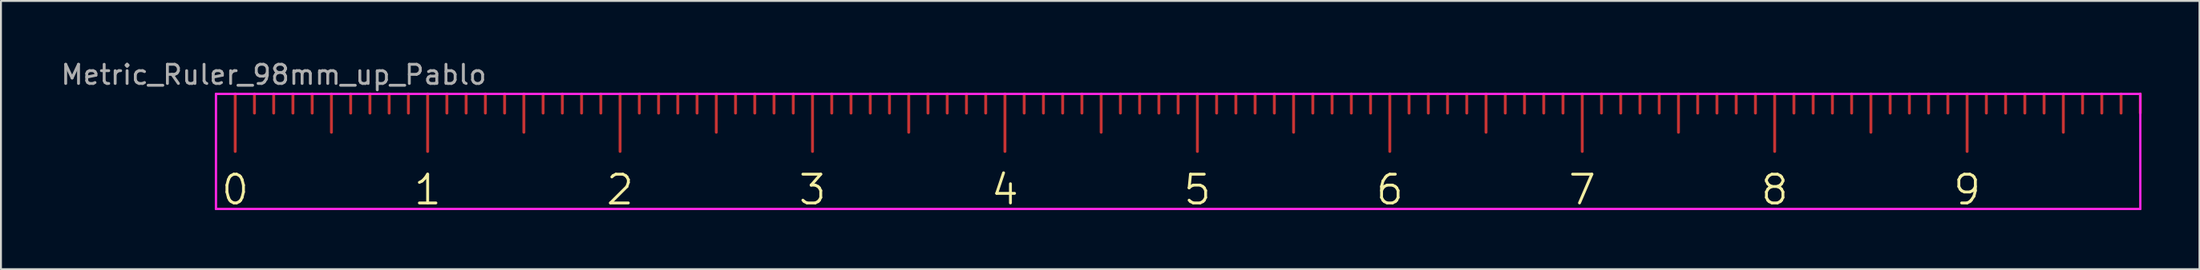
<source format=kicad_pcb>
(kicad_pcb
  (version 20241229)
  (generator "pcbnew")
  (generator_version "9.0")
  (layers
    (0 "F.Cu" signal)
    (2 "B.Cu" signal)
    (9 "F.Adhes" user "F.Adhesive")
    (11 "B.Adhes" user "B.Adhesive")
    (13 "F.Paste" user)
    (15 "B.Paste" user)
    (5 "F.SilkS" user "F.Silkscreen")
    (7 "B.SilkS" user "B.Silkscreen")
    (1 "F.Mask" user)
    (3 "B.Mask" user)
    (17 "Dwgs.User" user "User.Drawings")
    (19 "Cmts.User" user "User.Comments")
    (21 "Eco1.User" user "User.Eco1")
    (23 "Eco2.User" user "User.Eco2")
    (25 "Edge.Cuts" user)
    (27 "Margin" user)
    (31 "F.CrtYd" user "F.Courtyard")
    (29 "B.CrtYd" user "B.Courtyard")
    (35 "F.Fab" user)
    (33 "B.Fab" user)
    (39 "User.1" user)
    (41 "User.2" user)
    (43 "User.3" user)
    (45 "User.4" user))
  (footprint "Metric_Ruler_98mm_up_Pablo"
    (layer "F.Cu")
    (at 9.173 1.848)
    (property "Reference" "Metric_Ruler_98mm_up_Pablo" (at 2 -1 180) (layer "F.Fab") (effects (font (size 1 1) (thickness 0.15))))
    (attr through_hole)
    (fp_line (start 0 0) (end 0 3) (stroke (width 0.15) (type solid)) (layer "F.Cu"))
    (fp_line (start 1 0) (end 1 1) (stroke (width 0.15) (type solid)) (layer "F.Cu"))
    (fp_line (start 2 0) (end 2 1) (stroke (width 0.15) (type solid)) (layer "F.Cu"))
    (fp_line (start 3 0) (end 3 1) (stroke (width 0.15) (type solid)) (layer "F.Cu"))
    (fp_line (start 4 0) (end 4 1) (stroke (width 0.15) (type solid)) (layer "F.Cu"))
    (fp_line (start 5 0) (end 5 2) (stroke (width 0.15) (type solid)) (layer "F.Cu"))
    (fp_line (start 6 0) (end 6 1) (stroke (width 0.15) (type solid)) (layer "F.Cu"))
    (fp_line (start 7 0) (end 7 1) (stroke (width 0.15) (type solid)) (layer "F.Cu"))
    (fp_line (start 8 0) (end 8 1) (stroke (width 0.15) (type solid)) (layer "F.Cu"))
    (fp_line (start 9 0) (end 9 1) (stroke (width 0.15) (type solid)) (layer "F.Cu"))
    (fp_line (start 10 0) (end 10 3) (stroke (width 0.15) (type solid)) (layer "F.Cu"))
    (fp_line (start 11 0) (end 11 1) (stroke (width 0.15) (type solid)) (layer "F.Cu"))
    (fp_line (start 12 0) (end 12 1) (stroke (width 0.15) (type solid)) (layer "F.Cu"))
    (fp_line (start 13 0) (end 13 1) (stroke (width 0.15) (type solid)) (layer "F.Cu"))
    (fp_line (start 14 0) (end 14 1) (stroke (width 0.15) (type solid)) (layer "F.Cu"))
    (fp_line (start 15 0) (end 15 2) (stroke (width 0.15) (type solid)) (layer "F.Cu"))
    (fp_line (start 16 0) (end 16 1) (stroke (width 0.15) (type solid)) (layer "F.Cu"))
    (fp_line (start 17 0) (end 17 1) (stroke (width 0.15) (type solid)) (layer "F.Cu"))
    (fp_line (start 18 0) (end 18 1) (stroke (width 0.15) (type solid)) (layer "F.Cu"))
    (fp_line (start 19 0) (end 19 1) (stroke (width 0.15) (type solid)) (layer "F.Cu"))
    (fp_line (start 20 0) (end 20 3) (stroke (width 0.15) (type solid)) (layer "F.Cu"))
    (fp_line (start 21 0) (end 21 1) (stroke (width 0.15) (type solid)) (layer "F.Cu"))
    (fp_line (start 22 0) (end 22 1) (stroke (width 0.15) (type solid)) (layer "F.Cu"))
    (fp_line (start 23 0) (end 23 1) (stroke (width 0.15) (type solid)) (layer "F.Cu"))
    (fp_line (start 24 0) (end 24 1) (stroke (width 0.15) (type solid)) (layer "F.Cu"))
    (fp_line (start 25 0) (end 25 2) (stroke (width 0.15) (type solid)) (layer "F.Cu"))
    (fp_line (start 26 0) (end 26 1) (stroke (width 0.15) (type solid)) (layer "F.Cu"))
    (fp_line (start 27 0) (end 27 1) (stroke (width 0.15) (type solid)) (layer "F.Cu"))
    (fp_line (start 28 0) (end 28 1) (stroke (width 0.15) (type solid)) (layer "F.Cu"))
    (fp_line (start 29 0) (end 29 1) (stroke (width 0.15) (type solid)) (layer "F.Cu"))
    (fp_line (start 30 0) (end 30 3) (stroke (width 0.15) (type solid)) (layer "F.Cu"))
    (fp_line (start 31 0) (end 31 1) (stroke (width 0.15) (type solid)) (layer "F.Cu"))
    (fp_line (start 32 0) (end 32 1) (stroke (width 0.15) (type solid)) (layer "F.Cu"))
    (fp_line (start 33 0) (end 33 1) (stroke (width 0.15) (type solid)) (layer "F.Cu"))
    (fp_line (start 34 0) (end 34 1) (stroke (width 0.15) (type solid)) (layer "F.Cu"))
    (fp_line (start 35 0) (end 35 2) (stroke (width 0.15) (type solid)) (layer "F.Cu"))
    (fp_line (start 36 0) (end 36 1) (stroke (width 0.15) (type solid)) (layer "F.Cu"))
    (fp_line (start 37 0) (end 37 1) (stroke (width 0.15) (type solid)) (layer "F.Cu"))
    (fp_line (start 38 0) (end 38 1) (stroke (width 0.15) (type solid)) (layer "F.Cu"))
    (fp_line (start 39 0) (end 39 1) (stroke (width 0.15) (type solid)) (layer "F.Cu"))
    (fp_line (start 40 0) (end 40 3) (stroke (width 0.15) (type solid)) (layer "F.Cu"))
    (fp_line (start 41 0) (end 41 1) (stroke (width 0.15) (type solid)) (layer "F.Cu"))
    (fp_line (start 42 0) (end 42 1) (stroke (width 0.15) (type solid)) (layer "F.Cu"))
    (fp_line (start 43 0) (end 43 1) (stroke (width 0.15) (type solid)) (layer "F.Cu"))
    (fp_line (start 44 0) (end 44 1) (stroke (width 0.15) (type solid)) (layer "F.Cu"))
    (fp_line (start 45 0) (end 45 2) (stroke (width 0.15) (type solid)) (layer "F.Cu"))
    (fp_line (start 46 0) (end 46 1) (stroke (width 0.15) (type solid)) (layer "F.Cu"))
    (fp_line (start 47 0) (end 47 1) (stroke (width 0.15) (type solid)) (layer "F.Cu"))
    (fp_line (start 48 0) (end 48 1) (stroke (width 0.15) (type solid)) (layer "F.Cu"))
    (fp_line (start 49 0) (end 49 1) (stroke (width 0.15) (type solid)) (layer "F.Cu"))
    (fp_line (start 50 0) (end 50 3) (stroke (width 0.15) (type solid)) (layer "F.Cu"))
    (fp_line (start 51 0) (end 51 1) (stroke (width 0.15) (type solid)) (layer "F.Cu"))
    (fp_line (start 52 0) (end 52 1) (stroke (width 0.15) (type solid)) (layer "F.Cu"))
    (fp_line (start 53 0) (end 53 1) (stroke (width 0.15) (type solid)) (layer "F.Cu"))
    (fp_line (start 54 0) (end 54 1) (stroke (width 0.15) (type solid)) (layer "F.Cu"))
    (fp_line (start 55 0) (end 55 2) (stroke (width 0.15) (type solid)) (layer "F.Cu"))
    (fp_line (start 56 0) (end 56 1) (stroke (width 0.15) (type solid)) (layer "F.Cu"))
    (fp_line (start 57 0) (end 57 1) (stroke (width 0.15) (type solid)) (layer "F.Cu"))
    (fp_line (start 58 0) (end 58 1) (stroke (width 0.15) (type solid)) (layer "F.Cu"))
    (fp_line (start 59 0) (end 59 1) (stroke (width 0.15) (type solid)) (layer "F.Cu"))
    (fp_line (start 60 0) (end 60 3) (stroke (width 0.15) (type solid)) (layer "F.Cu"))
    (fp_line (start 61 0) (end 61 1) (stroke (width 0.15) (type solid)) (layer "F.Cu"))
    (fp_line (start 62 0) (end 62 1) (stroke (width 0.15) (type solid)) (layer "F.Cu"))
    (fp_line (start 63 0) (end 63 1) (stroke (width 0.15) (type solid)) (layer "F.Cu"))
    (fp_line (start 64 0) (end 64 1) (stroke (width 0.15) (type solid)) (layer "F.Cu"))
    (fp_line (start 65 0) (end 65 2) (stroke (width 0.15) (type solid)) (layer "F.Cu"))
    (fp_line (start 66 0) (end 66 1) (stroke (width 0.15) (type solid)) (layer "F.Cu"))
    (fp_line (start 67 0) (end 67 1) (stroke (width 0.15) (type solid)) (layer "F.Cu"))
    (fp_line (start 68 0) (end 68 1) (stroke (width 0.15) (type solid)) (layer "F.Cu"))
    (fp_line (start 69 0) (end 69 1) (stroke (width 0.15) (type solid)) (layer "F.Cu"))
    (fp_line (start 70 0) (end 70 3) (stroke (width 0.15) (type solid)) (layer "F.Cu"))
    (fp_line (start 71 0) (end 71 1) (stroke (width 0.15) (type solid)) (layer "F.Cu"))
    (fp_line (start 72 0) (end 72 1) (stroke (width 0.15) (type solid)) (layer "F.Cu"))
    (fp_line (start 73 0) (end 73 1) (stroke (width 0.15) (type solid)) (layer "F.Cu"))
    (fp_line (start 74 0) (end 74 1) (stroke (width 0.15) (type solid)) (layer "F.Cu"))
    (fp_line (start 75 0) (end 75 2) (stroke (width 0.15) (type solid)) (layer "F.Cu"))
    (fp_line (start 76 0) (end 76 1) (stroke (width 0.15) (type solid)) (layer "F.Cu"))
    (fp_line (start 77 0) (end 77 1) (stroke (width 0.15) (type solid)) (layer "F.Cu"))
    (fp_line (start 78 0) (end 78 1) (stroke (width 0.15) (type solid)) (layer "F.Cu"))
    (fp_line (start 79 0) (end 79 1) (stroke (width 0.15) (type solid)) (layer "F.Cu"))
    (fp_line (start 80 0) (end 80 3) (stroke (width 0.15) (type solid)) (layer "F.Cu"))
    (fp_line (start 81 0) (end 81 1) (stroke (width 0.15) (type solid)) (layer "F.Cu"))
    (fp_line (start 82 0) (end 82 1) (stroke (width 0.15) (type solid)) (layer "F.Cu"))
    (fp_line (start 83 0) (end 83 1) (stroke (width 0.15) (type solid)) (layer "F.Cu"))
    (fp_line (start 84 0) (end 84 1) (stroke (width 0.15) (type solid)) (layer "F.Cu"))
    (fp_line (start 85 0) (end 85 2) (stroke (width 0.15) (type solid)) (layer "F.Cu"))
    (fp_line (start 86 0) (end 86 1) (stroke (width 0.15) (type solid)) (layer "F.Cu"))
    (fp_line (start 87 0) (end 87 1) (stroke (width 0.15) (type solid)) (layer "F.Cu"))
    (fp_line (start 88 0) (end 88 1) (stroke (width 0.15) (type solid)) (layer "F.Cu"))
    (fp_line (start 89 0) (end 89 1) (stroke (width 0.15) (type solid)) (layer "F.Cu"))
    (fp_line (start 90 0) (end 90 3) (stroke (width 0.15) (type solid)) (layer "F.Cu"))
    (fp_line (start 91 0) (end 91 1) (stroke (width 0.15) (type solid)) (layer "F.Cu"))
    (fp_line (start 92 0) (end 92 1) (stroke (width 0.15) (type solid)) (layer "F.Cu"))
    (fp_line (start 93 0) (end 93 1) (stroke (width 0.15) (type solid)) (layer "F.Cu"))
    (fp_line (start 94 0) (end 94 1) (stroke (width 0.15) (type solid)) (layer "F.Cu"))
    (fp_line (start 95 0) (end 95 2) (stroke (width 0.15) (type solid)) (layer "F.Cu"))
    (fp_line (start 96 0) (end 96 1) (stroke (width 0.15) (type solid)) (layer "F.Cu"))
    (fp_line (start 97 0) (end 97 1) (stroke (width 0.15) (type solid)) (layer "F.Cu"))
    (fp_line (start 98 0) (end 98 1) (stroke (width 0.15) (type solid)) (layer "F.Cu"))
    (fp_line (start 99 0) (end 99 1) (stroke (width 0.15) (type solid)) (layer "F.Cu"))
    (fp_line (start 0 0) (end 0 3) (stroke (width 0.15) (type solid)) (layer "F.Mask"))
    (fp_line (start 1 0) (end 1 1) (stroke (width 0.15) (type solid)) (layer "F.Mask"))
    (fp_line (start 2 0) (end 2 1) (stroke (width 0.15) (type solid)) (layer "F.Mask"))
    (fp_line (start 3 0) (end 3 1) (stroke (width 0.15) (type solid)) (layer "F.Mask"))
    (fp_line (start 4 0) (end 4 1) (stroke (width 0.15) (type solid)) (layer "F.Mask"))
    (fp_line (start 5 0) (end 5 2) (stroke (width 0.15) (type solid)) (layer "F.Mask"))
    (fp_line (start 6 0) (end 6 1) (stroke (width 0.15) (type solid)) (layer "F.Mask"))
    (fp_line (start 7 0) (end 7 1) (stroke (width 0.15) (type solid)) (layer "F.Mask"))
    (fp_line (start 8 0) (end 8 1) (stroke (width 0.15) (type solid)) (layer "F.Mask"))
    (fp_line (start 9 0) (end 9 1) (stroke (width 0.15) (type solid)) (layer "F.Mask"))
    (fp_line (start 10 0) (end 10 3) (stroke (width 0.15) (type solid)) (layer "F.Mask"))
    (fp_line (start 11 0) (end 11 1) (stroke (width 0.15) (type solid)) (layer "F.Mask"))
    (fp_line (start 12 0) (end 12 1) (stroke (width 0.15) (type solid)) (layer "F.Mask"))
    (fp_line (start 13 0) (end 13 1) (stroke (width 0.15) (type solid)) (layer "F.Mask"))
    (fp_line (start 14 0) (end 14 1) (stroke (width 0.15) (type solid)) (layer "F.Mask"))
    (fp_line (start 15 0) (end 15 2) (stroke (width 0.15) (type solid)) (layer "F.Mask"))
    (fp_line (start 16 0) (end 16 1) (stroke (width 0.15) (type solid)) (layer "F.Mask"))
    (fp_line (start 17 0) (end 17 1) (stroke (width 0.15) (type solid)) (layer "F.Mask"))
    (fp_line (start 18 0) (end 18 1) (stroke (width 0.15) (type solid)) (layer "F.Mask"))
    (fp_line (start 19 0) (end 19 1) (stroke (width 0.15) (type solid)) (layer "F.Mask"))
    (fp_line (start 20 0) (end 20 3) (stroke (width 0.15) (type solid)) (layer "F.Mask"))
    (fp_line (start 21 0) (end 21 1) (stroke (width 0.15) (type solid)) (layer "F.Mask"))
    (fp_line (start 22 0) (end 22 1) (stroke (width 0.15) (type solid)) (layer "F.Mask"))
    (fp_line (start 23 0) (end 23 1) (stroke (width 0.15) (type solid)) (layer "F.Mask"))
    (fp_line (start 24 0) (end 24 1) (stroke (width 0.15) (type solid)) (layer "F.Mask"))
    (fp_line (start 25 0) (end 25 2) (stroke (width 0.15) (type solid)) (layer "F.Mask"))
    (fp_line (start 26 0) (end 26 1) (stroke (width 0.15) (type solid)) (layer "F.Mask"))
    (fp_line (start 27 0) (end 27 1) (stroke (width 0.15) (type solid)) (layer "F.Mask"))
    (fp_line (start 28 0) (end 28 1) (stroke (width 0.15) (type solid)) (layer "F.Mask"))
    (fp_line (start 29 0) (end 29 1) (stroke (width 0.15) (type solid)) (layer "F.Mask"))
    (fp_line (start 30 0) (end 30 3) (stroke (width 0.15) (type solid)) (layer "F.Mask"))
    (fp_line (start 31 0) (end 31 1) (stroke (width 0.15) (type solid)) (layer "F.Mask"))
    (fp_line (start 32 0) (end 32 1) (stroke (width 0.15) (type solid)) (layer "F.Mask"))
    (fp_line (start 33 0) (end 33 1) (stroke (width 0.15) (type solid)) (layer "F.Mask"))
    (fp_line (start 34 0) (end 34 1) (stroke (width 0.15) (type solid)) (layer "F.Mask"))
    (fp_line (start 35 0) (end 35 2) (stroke (width 0.15) (type solid)) (layer "F.Mask"))
    (fp_line (start 36 0) (end 36 1) (stroke (width 0.15) (type solid)) (layer "F.Mask"))
    (fp_line (start 37 0) (end 37 1) (stroke (width 0.15) (type solid)) (layer "F.Mask"))
    (fp_line (start 38 0) (end 38 1) (stroke (width 0.15) (type solid)) (layer "F.Mask"))
    (fp_line (start 39 0) (end 39 1) (stroke (width 0.15) (type solid)) (layer "F.Mask"))
    (fp_line (start 40 0) (end 40 3) (stroke (width 0.15) (type solid)) (layer "F.Mask"))
    (fp_line (start 41 0) (end 41 1) (stroke (width 0.15) (type solid)) (layer "F.Mask"))
    (fp_line (start 42 0) (end 42 1) (stroke (width 0.15) (type solid)) (layer "F.Mask"))
    (fp_line (start 43 0) (end 43 1) (stroke (width 0.15) (type solid)) (layer "F.Mask"))
    (fp_line (start 44 0) (end 44 1) (stroke (width 0.15) (type solid)) (layer "F.Mask"))
    (fp_line (start 45 0) (end 45 2) (stroke (width 0.15) (type solid)) (layer "F.Mask"))
    (fp_line (start 46 0) (end 46 1) (stroke (width 0.15) (type solid)) (layer "F.Mask"))
    (fp_line (start 47 0) (end 47 1) (stroke (width 0.15) (type solid)) (layer "F.Mask"))
    (fp_line (start 48 0) (end 48 1) (stroke (width 0.15) (type solid)) (layer "F.Mask"))
    (fp_line (start 49 0) (end 49 1) (stroke (width 0.15) (type solid)) (layer "F.Mask"))
    (fp_line (start 50 0) (end 50 3) (stroke (width 0.15) (type solid)) (layer "F.Mask"))
    (fp_line (start 51 0) (end 51 1) (stroke (width 0.15) (type solid)) (layer "F.Mask"))
    (fp_line (start 52 0) (end 52 1) (stroke (width 0.15) (type solid)) (layer "F.Mask"))
    (fp_line (start 53 0) (end 53 1) (stroke (width 0.15) (type solid)) (layer "F.Mask"))
    (fp_line (start 54 0) (end 54 1) (stroke (width 0.15) (type solid)) (layer "F.Mask"))
    (fp_line (start 55 0) (end 55 2) (stroke (width 0.15) (type solid)) (layer "F.Mask"))
    (fp_line (start 56 0) (end 56 1) (stroke (width 0.15) (type solid)) (layer "F.Mask"))
    (fp_line (start 57 0) (end 57 1) (stroke (width 0.15) (type solid)) (layer "F.Mask"))
    (fp_line (start 58 0) (end 58 1) (stroke (width 0.15) (type solid)) (layer "F.Mask"))
    (fp_line (start 59 0) (end 59 1) (stroke (width 0.15) (type solid)) (layer "F.Mask"))
    (fp_line (start 60 0) (end 60 3) (stroke (width 0.15) (type solid)) (layer "F.Mask"))
    (fp_line (start 61 0) (end 61 1) (stroke (width 0.15) (type solid)) (layer "F.Mask"))
    (fp_line (start 62 0) (end 62 1) (stroke (width 0.15) (type solid)) (layer "F.Mask"))
    (fp_line (start 63 0) (end 63 1) (stroke (width 0.15) (type solid)) (layer "F.Mask"))
    (fp_line (start 64 0) (end 64 1) (stroke (width 0.15) (type solid)) (layer "F.Mask"))
    (fp_line (start 65 0) (end 65 2) (stroke (width 0.15) (type solid)) (layer "F.Mask"))
    (fp_line (start 66 0) (end 66 1) (stroke (width 0.15) (type solid)) (layer "F.Mask"))
    (fp_line (start 67 0) (end 67 1) (stroke (width 0.15) (type solid)) (layer "F.Mask"))
    (fp_line (start 68 0) (end 68 1) (stroke (width 0.15) (type solid)) (layer "F.Mask"))
    (fp_line (start 69 0) (end 69 1) (stroke (width 0.15) (type solid)) (layer "F.Mask"))
    (fp_line (start 70 0) (end 70 3) (stroke (width 0.15) (type solid)) (layer "F.Mask"))
    (fp_line (start 71 0) (end 71 1) (stroke (width 0.15) (type solid)) (layer "F.Mask"))
    (fp_line (start 72 0) (end 72 1) (stroke (width 0.15) (type solid)) (layer "F.Mask"))
    (fp_line (start 73 0) (end 73 1) (stroke (width 0.15) (type solid)) (layer "F.Mask"))
    (fp_line (start 74 0) (end 74 1) (stroke (width 0.15) (type solid)) (layer "F.Mask"))
    (fp_line (start 75 0) (end 75 2) (stroke (width 0.15) (type solid)) (layer "F.Mask"))
    (fp_line (start 76 0) (end 76 1) (stroke (width 0.15) (type solid)) (layer "F.Mask"))
    (fp_line (start 77 0) (end 77 1) (stroke (width 0.15) (type solid)) (layer "F.Mask"))
    (fp_line (start 78 0) (end 78 1) (stroke (width 0.15) (type solid)) (layer "F.Mask"))
    (fp_line (start 79 0) (end 79 1) (stroke (width 0.15) (type solid)) (layer "F.Mask"))
    (fp_line (start 80 0) (end 80 3) (stroke (width 0.15) (type solid)) (layer "F.Mask"))
    (fp_line (start 81 0) (end 81 1) (stroke (width 0.15) (type solid)) (layer "F.Mask"))
    (fp_line (start 82 0) (end 82 1) (stroke (width 0.15) (type solid)) (layer "F.Mask"))
    (fp_line (start 83 0) (end 83 1) (stroke (width 0.15) (type solid)) (layer "F.Mask"))
    (fp_line (start 84 0) (end 84 1) (stroke (width 0.15) (type solid)) (layer "F.Mask"))
    (fp_line (start 85 0) (end 85 2) (stroke (width 0.15) (type solid)) (layer "F.Mask"))
    (fp_line (start 86 0) (end 86 1) (stroke (width 0.15) (type solid)) (layer "F.Mask"))
    (fp_line (start 87 0) (end 87 1) (stroke (width 0.15) (type solid)) (layer "F.Mask"))
    (fp_line (start 88 0) (end 88 1) (stroke (width 0.15) (type solid)) (layer "F.Mask"))
    (fp_line (start 89 0) (end 89 1) (stroke (width 0.15) (type solid)) (layer "F.Mask"))
    (fp_line (start 90 0) (end 90 3) (stroke (width 0.15) (type solid)) (layer "F.Mask"))
    (fp_line (start 90 3) (end 90 3) (stroke (width 0.15) (type solid)) (layer "F.Mask"))
    (fp_line (start 91 0) (end 91 1) (stroke (width 0.15) (type solid)) (layer "F.Mask"))
    (fp_line (start 92 0) (end 92 1) (stroke (width 0.15) (type solid)) (layer "F.Mask"))
    (fp_line (start 93 0) (end 93 1) (stroke (width 0.15) (type solid)) (layer "F.Mask"))
    (fp_line (start 94 0) (end 94 1) (stroke (width 0.15) (type solid)) (layer "F.Mask"))
    (fp_line (start 95 0) (end 95 2) (stroke (width 0.15) (type solid)) (layer "F.Mask"))
    (fp_line (start 96 0) (end 96 1) (stroke (width 0.15) (type solid)) (layer "F.Mask"))
    (fp_line (start 97 0) (end 97 1) (stroke (width 0.15) (type solid)) (layer "F.Mask"))
    (fp_line (start 98 0) (end 98 1) (stroke (width 0.15) (type solid)) (layer "F.Mask"))
    (fp_line (start -1 0) (end 99 0) (stroke (width 0.12) (type solid)) (layer "F.CrtYd"))
    (fp_line (start -1 6) (end -1 0) (stroke (width 0.12) (type solid)) (layer "F.CrtYd"))
    (fp_line (start 99 0) (end 99 6) (stroke (width 0.12) (type solid)) (layer "F.CrtYd"))
    (fp_line (start 99 6) (end -1 6) (stroke (width 0.12) (type solid)) (layer "F.CrtYd"))
    (fp_text user "4" (at 40 5 0) (layer "F.SilkS") (effects (font (size 1.5 1.5) (thickness 0.15))))
    (fp_text user "5" (at 50 5 0) (layer "F.SilkS") (effects (font (size 1.5 1.5) (thickness 0.15))))
    (fp_text user "7" (at 70 5 0) (layer "F.SilkS") (effects (font (size 1.5 1.5) (thickness 0.15))))
    (fp_text user "6" (at 60 5 0) (layer "F.SilkS") (effects (font (size 1.5 1.5) (thickness 0.15))))
    (fp_text user "0" (at 0 5 0) (layer "F.SilkS") (effects (font (size 1.5 1.5) (thickness 0.15))))
    (fp_text user "3" (at 30 5 0) (layer "F.SilkS") (effects (font (size 1.5 1.5) (thickness 0.15))))
    (fp_text user "9" (at 90 5 0) (layer "F.SilkS") (effects (font (size 1.5 1.5) (thickness 0.15))))
    (fp_text user "1" (at 10 5 0) (layer "F.SilkS") (effects (font (size 1.5 1.5) (thickness 0.15))))
    (fp_text user "8" (at 80 5 0) (layer "F.SilkS") (effects (font (size 1.5 1.5) (thickness 0.15))))
    (fp_text user "2" (at 20 5 0) (layer "F.SilkS") (effects (font (size 1.5 1.5) (thickness 0.15)))))
  (gr_rect
    (start -3 -3)
    (end 111.248 10.989)
    (stroke (width 0.1) (type default))
    (fill no)
    (layer "Edge.Cuts")))
</source>
